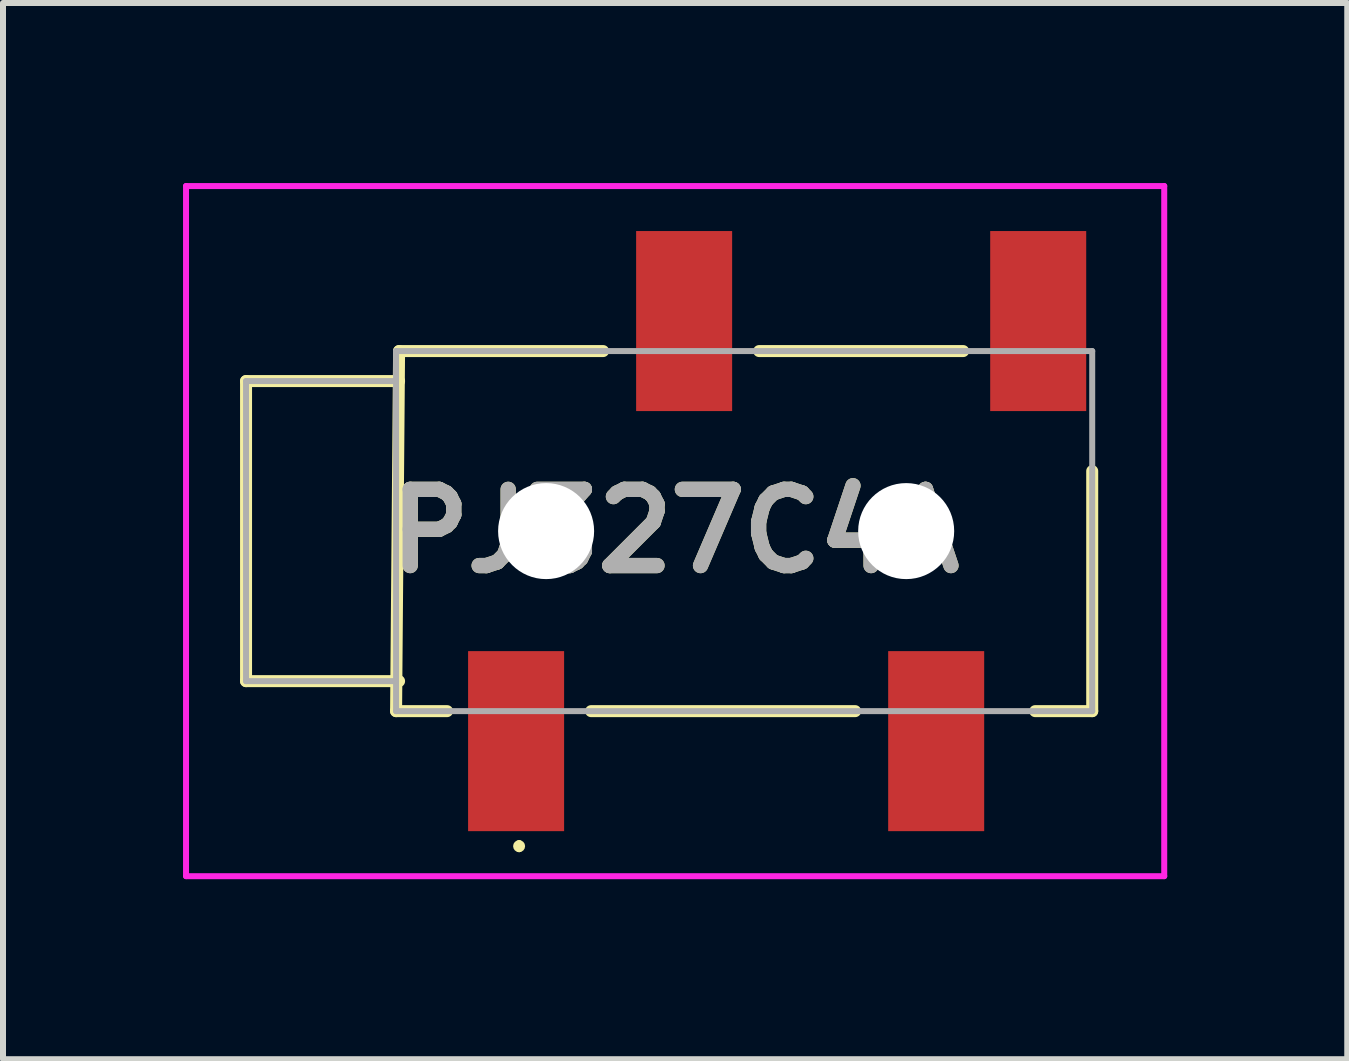
<source format=kicad_pcb>
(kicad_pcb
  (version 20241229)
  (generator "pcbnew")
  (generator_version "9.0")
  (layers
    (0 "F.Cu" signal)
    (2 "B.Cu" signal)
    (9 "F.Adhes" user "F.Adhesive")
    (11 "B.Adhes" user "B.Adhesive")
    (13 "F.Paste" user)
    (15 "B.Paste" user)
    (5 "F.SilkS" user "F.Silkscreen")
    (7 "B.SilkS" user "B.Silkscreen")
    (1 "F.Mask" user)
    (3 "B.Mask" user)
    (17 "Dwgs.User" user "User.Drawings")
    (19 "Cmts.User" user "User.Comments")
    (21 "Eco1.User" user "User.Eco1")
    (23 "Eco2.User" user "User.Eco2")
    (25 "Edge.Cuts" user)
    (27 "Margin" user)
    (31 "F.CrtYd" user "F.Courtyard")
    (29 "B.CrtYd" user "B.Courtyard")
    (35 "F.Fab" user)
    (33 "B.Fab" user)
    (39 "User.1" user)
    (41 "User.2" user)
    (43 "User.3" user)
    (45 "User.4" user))
  (footprint "PJ327C4A"
    (layer "F.Cu")
    (at 8.2 5.8)
    (property "Reference" "PJ327C4A" (at 0 0 0) (layer "F.SilkS") (effects (font (size 1.27 1.27) (thickness 0.254))))
    (attr through_hole)
    (fp_line (start -7.15 -2.5) (end -4.6 -2.5) (stroke (width 0.2) (type solid)) (layer "F.SilkS"))
    (fp_line (start -7.15 2.5) (end -7.15 -2.5) (stroke (width 0.2) (type solid)) (layer "F.SilkS"))
    (fp_line (start -4.65 3) (end -3.8 3) (stroke (width 0.2) (type solid)) (layer "F.SilkS"))
    (fp_line (start -4.6 -3) (end -4.65 3) (stroke (width 0.2) (type solid)) (layer "F.SilkS"))
    (fp_line (start -4.6 2.5) (end -7.15 2.5) (stroke (width 0.2) (type solid)) (layer "F.SilkS"))
    (fp_line (start -2.6 5.2) (end -2.6 5.2) (stroke (width 0.1) (type solid)) (layer "F.SilkS"))
    (fp_line (start -2.6 5.3) (end -2.6 5.3) (stroke (width 0.1) (type solid)) (layer "F.SilkS"))
    (fp_line (start -1.4 3) (end 3 3) (stroke (width 0.2) (type solid)) (layer "F.SilkS"))
    (fp_line (start -1.2 -3) (end -4.6 -3) (stroke (width 0.2) (type solid)) (layer "F.SilkS"))
    (fp_line (start 1.4 -3) (end 4.8 -3) (stroke (width 0.2) (type solid)) (layer "F.SilkS"))
    (fp_line (start 6 3) (end 6.95 3) (stroke (width 0.2) (type solid)) (layer "F.SilkS"))
    (fp_line (start 6.95 3) (end 6.95 -1) (stroke (width 0.2) (type solid)) (layer "F.SilkS"))
    (fp_arc (start -2.6 5.2) (mid -2.55 5.25) (end -2.6 5.3) (stroke (width 0.1) (type solid)) (layer "F.SilkS"))
    (fp_arc (start -2.6 5.3) (mid -2.65 5.25) (end -2.6 5.2) (stroke (width 0.1) (type solid)) (layer "F.SilkS"))
    (fp_line (start -8.15 -5.75) (end 8.15 -5.75) (stroke (width 0.1) (type solid)) (layer "F.CrtYd"))
    (fp_line (start -8.15 5.75) (end -8.15 -5.75) (stroke (width 0.1) (type solid)) (layer "F.CrtYd"))
    (fp_line (start 8.15 -5.75) (end 8.15 5.75) (stroke (width 0.1) (type solid)) (layer "F.CrtYd"))
    (fp_line (start 8.15 5.75) (end -8.15 5.75) (stroke (width 0.1) (type solid)) (layer "F.CrtYd"))
    (fp_line (start -7.15 -2.5) (end -7.15 2.5) (stroke (width 0.1) (type solid)) (layer "F.Fab"))
    (fp_line (start -7.15 2.5) (end -4.65 2.5) (stroke (width 0.1) (type solid)) (layer "F.Fab"))
    (fp_line (start -4.65 -3) (end 6.95 -3) (stroke (width 0.1) (type solid)) (layer "F.Fab"))
    (fp_line (start -4.65 -2.5) (end -7.15 -2.5) (stroke (width 0.1) (type solid)) (layer "F.Fab"))
    (fp_line (start -4.65 3) (end -4.65 -3) (stroke (width 0.1) (type solid)) (layer "F.Fab"))
    (fp_line (start 6.95 -3) (end 6.95 3) (stroke (width 0.1) (type solid)) (layer "F.Fab"))
    (fp_line (start 6.95 3) (end -4.65 3) (stroke (width 0.1) (type solid)) (layer "F.Fab"))
    (fp_text user "${REFERENCE}" (at 0 0 0) (layer "F.Fab") (effects (font (size 1.27 1.27) (thickness 0.254))))
    (pad "" np_thru_hole circle (at -2.15 0) (size 1.6 1.6) (drill 1.6) (layers "*.Cu" "*.Mask"))
    (pad "" np_thru_hole circle (at 3.85 0) (size 1.6 1.6) (drill 1.6) (layers "*.Cu" "*.Mask"))
    (pad "3" smd rect (at 6.05 -3.5) (size 1.6 3) (layers "F.Cu" "F.Mask" "F.Paste"))
    (pad "4" smd rect (at 4.35 3.5) (size 1.6 3) (layers "F.Cu" "F.Mask" "F.Paste"))
    (pad "5" smd rect (at -2.65 3.5) (size 1.6 3) (layers "F.Cu" "F.Mask" "F.Paste"))
    (pad "6" smd rect (at 0.15 -3.5) (size 1.6 3) (layers "F.Cu" "F.Mask" "F.Paste")))
  (gr_rect
    (start -3 -3)
    (end 19.4 14.6)
    (stroke (width 0.1) (type default))
    (fill no)
    (layer "Edge.Cuts")))
</source>
